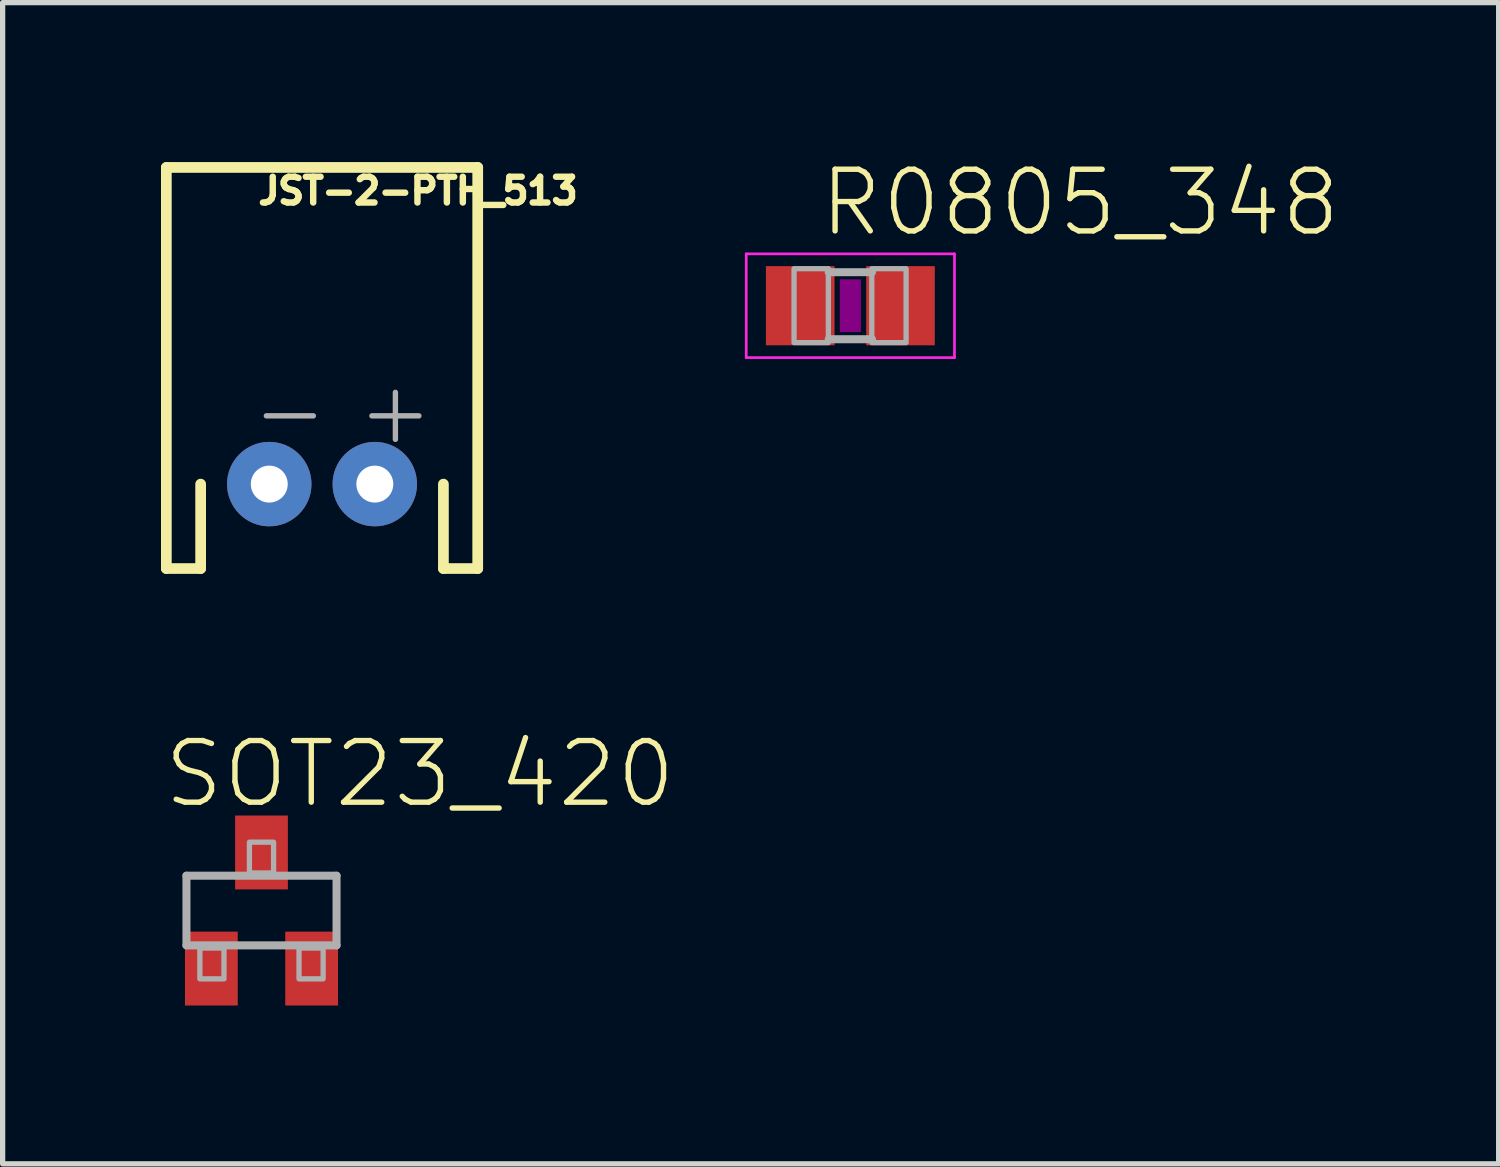
<source format=kicad_pcb>
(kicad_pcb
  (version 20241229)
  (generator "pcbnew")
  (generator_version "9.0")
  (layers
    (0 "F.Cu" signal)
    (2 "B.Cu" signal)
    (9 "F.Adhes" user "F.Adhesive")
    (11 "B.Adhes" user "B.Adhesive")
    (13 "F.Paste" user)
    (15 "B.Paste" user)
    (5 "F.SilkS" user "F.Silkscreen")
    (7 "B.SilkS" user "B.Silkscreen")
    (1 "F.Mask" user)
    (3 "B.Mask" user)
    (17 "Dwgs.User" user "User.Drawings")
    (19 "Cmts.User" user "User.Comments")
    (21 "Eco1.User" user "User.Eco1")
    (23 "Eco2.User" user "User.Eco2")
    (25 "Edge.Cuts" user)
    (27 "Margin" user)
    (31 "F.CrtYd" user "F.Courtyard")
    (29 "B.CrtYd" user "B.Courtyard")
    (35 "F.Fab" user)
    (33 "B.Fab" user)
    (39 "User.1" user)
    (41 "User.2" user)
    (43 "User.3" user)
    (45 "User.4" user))
  (footprint "JST-2-PTH_513"
    (layer "F.Cu")
    (at 3.052 6.123)
    (property "Reference" "JST-2-PTH_513" (at -1.27 -5.27 0) (unlocked yes) (layer "F.SilkS") (effects (font (size 0.488 0.488) (thickness 0.122)) (justify left bottom)))
    (fp_line (start -2.95 -6) (end 2.95 -6) (stroke (width 0.203) (type solid)) (layer "F.SilkS"))
    (fp_line (start -2.95 1.6) (end -2.95 -6) (stroke (width 0.203) (type solid)) (layer "F.SilkS"))
    (fp_line (start -2.95 1.6) (end -2.3 1.6) (stroke (width 0.203) (type solid)) (layer "F.SilkS"))
    (fp_line (start -2.3 1.6) (end -2.3 0) (stroke (width 0.203) (type solid)) (layer "F.SilkS"))
    (fp_line (start 2.3 1.6) (end 2.3 0) (stroke (width 0.203) (type solid)) (layer "F.SilkS"))
    (fp_line (start 2.95 -6) (end 2.95 1.6) (stroke (width 0.203) (type solid)) (layer "F.SilkS"))
    (fp_line (start 2.95 1.6) (end 2.3 1.6) (stroke (width 0.203) (type solid)) (layer "F.SilkS"))
    (fp_text user "+" (at 0.6 -0.7 0) (unlocked yes) (layer "F.Fab") (effects (font (size 1.168 1.168) (thickness 0.102)) (justify left bottom)))
    (fp_text user "-" (at -1.4 -0.7 0) (unlocked yes) (layer "F.Fab") (effects (font (size 1.168 1.168) (thickness 0.102)) (justify left bottom)))
    (pad "1" thru_hole circle (at -1 0) (size 1.6 1.6) (drill 0.7) (layers "*.Cu" "*.Mask"))
    (pad "2" thru_hole circle (at 1 0) (size 1.6 1.6) (drill 0.7) (layers "*.Cu" "*.Mask")))
  (footprint "SOT23_420"
    (layer "F.Cu")
    (at 1.905 14.203)
    (property "Reference" "SOT23_420" (at -1.905 -1.905 0) (unlocked yes) (layer "F.SilkS") (effects (font (size 1.168 1.168) (thickness 0.102)) (justify left bottom)))
    (fp_line (start -1.422 -0.66) (end 1.422 -0.66) (stroke (width 0.152) (type solid)) (layer "F.Fab"))
    (fp_line (start -1.422 0.66) (end -1.422 -0.66) (stroke (width 0.152) (type solid)) (layer "F.Fab"))
    (fp_line (start 1.422 -0.66) (end 1.422 0.66) (stroke (width 0.152) (type solid)) (layer "F.Fab"))
    (fp_line (start 1.422 0.66) (end -1.422 0.66) (stroke (width 0.152) (type solid)) (layer "F.Fab"))
    (fp_poly (pts (xy -1.168 1.295) (xy -0.711 1.295) (xy -0.711 0.711) (xy -1.168 0.711)) (stroke (width 0.1) (type default)) (fill no) (layer "F.Fab"))
    (fp_poly (pts (xy -0.229 -0.711) (xy 0.229 -0.711) (xy 0.229 -1.295) (xy -0.229 -1.295)) (stroke (width 0.1) (type default)) (fill no) (layer "F.Fab"))
    (fp_poly (pts (xy 0.711 1.295) (xy 1.168 1.295) (xy 1.168 0.711) (xy 0.711 0.711)) (stroke (width 0.1) (type default)) (fill no) (layer "F.Fab"))
    (pad "1" smd rect (at -0.95 1.1) (size 1 1.4) (layers "F.Cu" "F.Mask" "F.Paste"))
    (pad "2" smd rect (at 0.95 1.1) (size 1 1.4) (layers "F.Cu" "F.Mask" "F.Paste"))
    (pad "3" smd rect (at 0 -1.1) (size 1 1.4) (layers "F.Cu" "F.Mask" "F.Paste")))
  (footprint "R0805_348"
    (layer "F.Cu")
    (at 13.063 2.743)
    (property "Reference" "R0805_348" (at -0.635 -1.27 0) (unlocked yes) (layer "F.SilkS") (effects (font (size 1.168 1.168) (thickness 0.102)) (justify left bottom)))
    (fp_poly (pts (xy -0.2 0.5) (xy 0.2 0.5) (xy 0.2 -0.5) (xy -0.2 -0.5)) (stroke (width 0) (type default)) (fill yes) (layer "F.Adhes"))
    (fp_line (start -1.973 -0.983) (end 1.973 -0.983) (stroke (width 0.051) (type solid)) (layer "F.CrtYd"))
    (fp_line (start -1.973 0.983) (end -1.973 -0.983) (stroke (width 0.051) (type solid)) (layer "F.CrtYd"))
    (fp_line (start 1.973 -0.983) (end 1.973 0.983) (stroke (width 0.051) (type solid)) (layer "F.CrtYd"))
    (fp_line (start 1.973 0.983) (end -1.973 0.983) (stroke (width 0.051) (type solid)) (layer "F.CrtYd"))
    (fp_line (start -0.41 -0.635) (end 0.41 -0.635) (stroke (width 0.152) (type solid)) (layer "F.Fab"))
    (fp_line (start -0.41 0.635) (end 0.41 0.635) (stroke (width 0.152) (type solid)) (layer "F.Fab"))
    (fp_poly (pts (xy -1.067 0.699) (xy -0.417 0.699) (xy -0.417 -0.702) (xy -1.067 -0.702)) (stroke (width 0.1) (type default)) (fill no) (layer "F.Fab"))
    (fp_poly (pts (xy 0.406 0.699) (xy 1.056 0.699) (xy 1.056 -0.702) (xy 0.406 -0.702)) (stroke (width 0.1) (type default)) (fill no) (layer "F.Fab"))
    (pad "1" smd rect (at -0.95 0) (size 1.3 1.5) (layers "F.Cu" "F.Mask" "F.Paste"))
    (pad "2" smd rect (at 0.95 0) (size 1.3 1.5) (layers "F.Cu" "F.Mask" "F.Paste")))
  (gr_rect
    (start -3 -3)
    (end 25.347 19.003)
    (stroke (width 0.1) (type default))
    (fill no)
    (layer "Edge.Cuts")))
</source>
